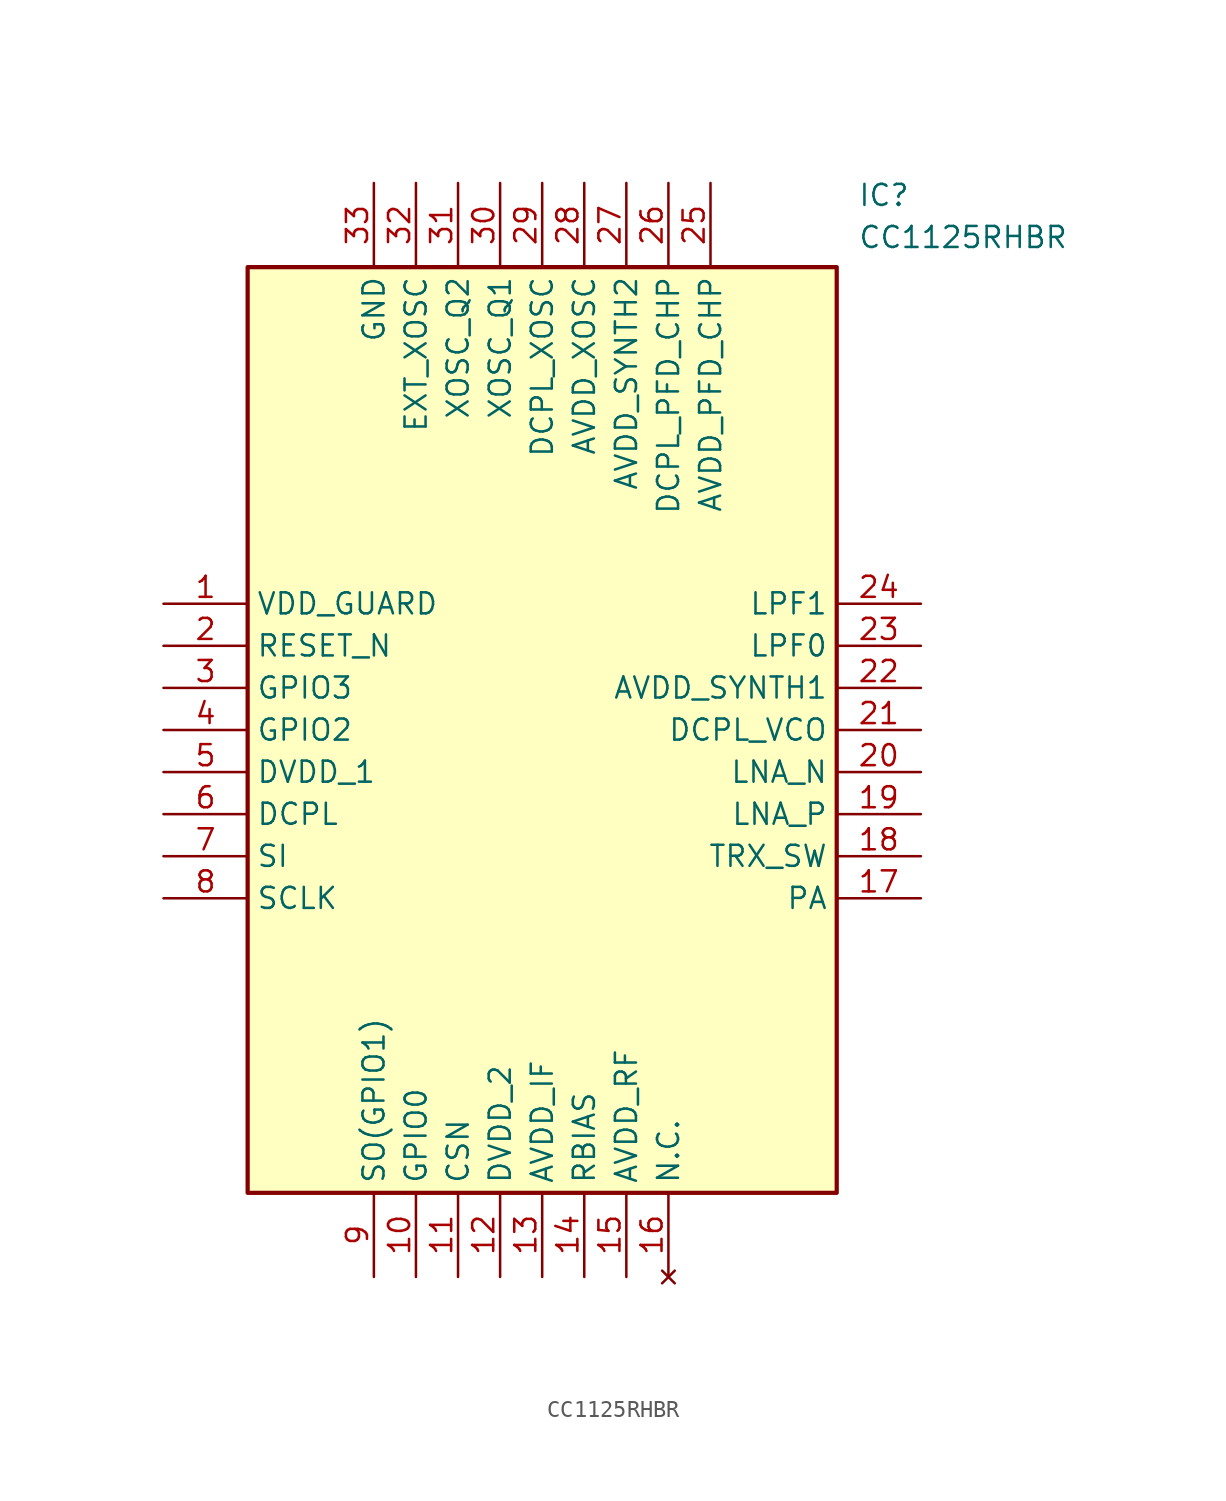
<source format=kicad_sym>
(kicad_symbol_lib
  (version 20211014)
  (generator SamacSys_ECAD_Model)
  (symbol "CC1125RHBR"
    (property "Reference" "IC"
      (at 41.91 25.4 0)
      (effects (font (size 1.27 1.27)) (justify left top)))
    (property "Value" "CC1125RHBR"
      (at 41.91 22.86 0)
      (effects (font (size 1.27 1.27)) (justify left top)))
    (rectangle
      (start 5.08 20.32)
      (end 40.64 -35.56)
      (stroke (width 0.254) (type default))
      (fill (type background)))
    (pin passive line
      (at 0 0 0)
      (length 5.08)
      (name "VDD_GUARD" (effects (font (size 1.27 1.27))))
      (number "1" (effects (font (size 1.27 1.27)))))
    (pin passive line
      (at 0 -2.54 0)
      (length 5.08)
      (name "RESET_N" (effects (font (size 1.27 1.27))))
      (number "2" (effects (font (size 1.27 1.27)))))
    (pin passive line
      (at 0 -5.08 0)
      (length 5.08)
      (name "GPIO3" (effects (font (size 1.27 1.27))))
      (number "3" (effects (font (size 1.27 1.27)))))
    (pin passive line
      (at 0 -7.62 0)
      (length 5.08)
      (name "GPIO2" (effects (font (size 1.27 1.27))))
      (number "4" (effects (font (size 1.27 1.27)))))
    (pin passive line
      (at 0 -10.16 0)
      (length 5.08)
      (name "DVDD_1" (effects (font (size 1.27 1.27))))
      (number "5" (effects (font (size 1.27 1.27)))))
    (pin passive line
      (at 0 -12.7 0)
      (length 5.08)
      (name "DCPL" (effects (font (size 1.27 1.27))))
      (number "6" (effects (font (size 1.27 1.27)))))
    (pin passive line
      (at 0 -15.24 0)
      (length 5.08)
      (name "SI" (effects (font (size 1.27 1.27))))
      (number "7" (effects (font (size 1.27 1.27)))))
    (pin passive line
      (at 0 -17.78 0)
      (length 5.08)
      (name "SCLK" (effects (font (size 1.27 1.27))))
      (number "8" (effects (font (size 1.27 1.27)))))
    (pin passive line
      (at 12.7 -40.64 90)
      (length 5.08)
      (name "SO(GPIO1)" (effects (font (size 1.27 1.27))))
      (number "9" (effects (font (size 1.27 1.27)))))
    (pin passive line
      (at 15.24 -40.64 90)
      (length 5.08)
      (name "GPIO0" (effects (font (size 1.27 1.27))))
      (number "10" (effects (font (size 1.27 1.27)))))
    (pin passive line
      (at 17.78 -40.64 90)
      (length 5.08)
      (name "CSN" (effects (font (size 1.27 1.27))))
      (number "11" (effects (font (size 1.27 1.27)))))
    (pin passive line
      (at 20.32 -40.64 90)
      (length 5.08)
      (name "DVDD_2" (effects (font (size 1.27 1.27))))
      (number "12" (effects (font (size 1.27 1.27)))))
    (pin passive line
      (at 22.86 -40.64 90)
      (length 5.08)
      (name "AVDD_IF" (effects (font (size 1.27 1.27))))
      (number "13" (effects (font (size 1.27 1.27)))))
    (pin passive line
      (at 25.4 -40.64 90)
      (length 5.08)
      (name "RBIAS" (effects (font (size 1.27 1.27))))
      (number "14" (effects (font (size 1.27 1.27)))))
    (pin passive line
      (at 27.94 -40.64 90)
      (length 5.08)
      (name "AVDD_RF" (effects (font (size 1.27 1.27))))
      (number "15" (effects (font (size 1.27 1.27)))))
    (pin no_connect line
      (at 30.48 -40.64 90)
      (length 5.08)
      (name "N.C." (effects (font (size 1.27 1.27))))
      (number "16" (effects (font (size 1.27 1.27)))))
    (pin passive line
      (at 45.72 0 180)
      (length 5.08)
      (name "LPF1" (effects (font (size 1.27 1.27))))
      (number "24" (effects (font (size 1.27 1.27)))))
    (pin passive line
      (at 45.72 -2.54 180)
      (length 5.08)
      (name "LPF0" (effects (font (size 1.27 1.27))))
      (number "23" (effects (font (size 1.27 1.27)))))
    (pin passive line
      (at 45.72 -5.08 180)
      (length 5.08)
      (name "AVDD_SYNTH1" (effects (font (size 1.27 1.27))))
      (number "22" (effects (font (size 1.27 1.27)))))
    (pin passive line
      (at 45.72 -7.62 180)
      (length 5.08)
      (name "DCPL_VCO" (effects (font (size 1.27 1.27))))
      (number "21" (effects (font (size 1.27 1.27)))))
    (pin passive line
      (at 45.72 -10.16 180)
      (length 5.08)
      (name "LNA_N" (effects (font (size 1.27 1.27))))
      (number "20" (effects (font (size 1.27 1.27)))))
    (pin passive line
      (at 45.72 -12.7 180)
      (length 5.08)
      (name "LNA_P" (effects (font (size 1.27 1.27))))
      (number "19" (effects (font (size 1.27 1.27)))))
    (pin passive line
      (at 45.72 -15.24 180)
      (length 5.08)
      (name "TRX_SW" (effects (font (size 1.27 1.27))))
      (number "18" (effects (font (size 1.27 1.27)))))
    (pin passive line
      (at 45.72 -17.78 180)
      (length 5.08)
      (name "PA" (effects (font (size 1.27 1.27))))
      (number "17" (effects (font (size 1.27 1.27)))))
    (pin passive line
      (at 12.7 25.4 270)
      (length 5.08)
      (name "GND" (effects (font (size 1.27 1.27))))
      (number "33" (effects (font (size 1.27 1.27)))))
    (pin passive line
      (at 15.24 25.4 270)
      (length 5.08)
      (name "EXT_XOSC" (effects (font (size 1.27 1.27))))
      (number "32" (effects (font (size 1.27 1.27)))))
    (pin passive line
      (at 17.78 25.4 270)
      (length 5.08)
      (name "XOSC_Q2" (effects (font (size 1.27 1.27))))
      (number "31" (effects (font (size 1.27 1.27)))))
    (pin passive line
      (at 20.32 25.4 270)
      (length 5.08)
      (name "XOSC_Q1" (effects (font (size 1.27 1.27))))
      (number "30" (effects (font (size 1.27 1.27)))))
    (pin passive line
      (at 22.86 25.4 270)
      (length 5.08)
      (name "DCPL_XOSC" (effects (font (size 1.27 1.27))))
      (number "29" (effects (font (size 1.27 1.27)))))
    (pin passive line
      (at 25.4 25.4 270)
      (length 5.08)
      (name "AVDD_XOSC" (effects (font (size 1.27 1.27))))
      (number "28" (effects (font (size 1.27 1.27)))))
    (pin passive line
      (at 27.94 25.4 270)
      (length 5.08)
      (name "AVDD_SYNTH2" (effects (font (size 1.27 1.27))))
      (number "27" (effects (font (size 1.27 1.27)))))
    (pin passive line
      (at 30.48 25.4 270)
      (length 5.08)
      (name "DCPL_PFD_CHP" (effects (font (size 1.27 1.27))))
      (number "26" (effects (font (size 1.27 1.27)))))
    (pin passive line
      (at 33.02 25.4 270)
      (length 5.08)
      (name "AVDD_PFD_CHP" (effects (font (size 1.27 1.27))))
      (number "25" (effects (font (size 1.27 1.27)))))))
</source>
